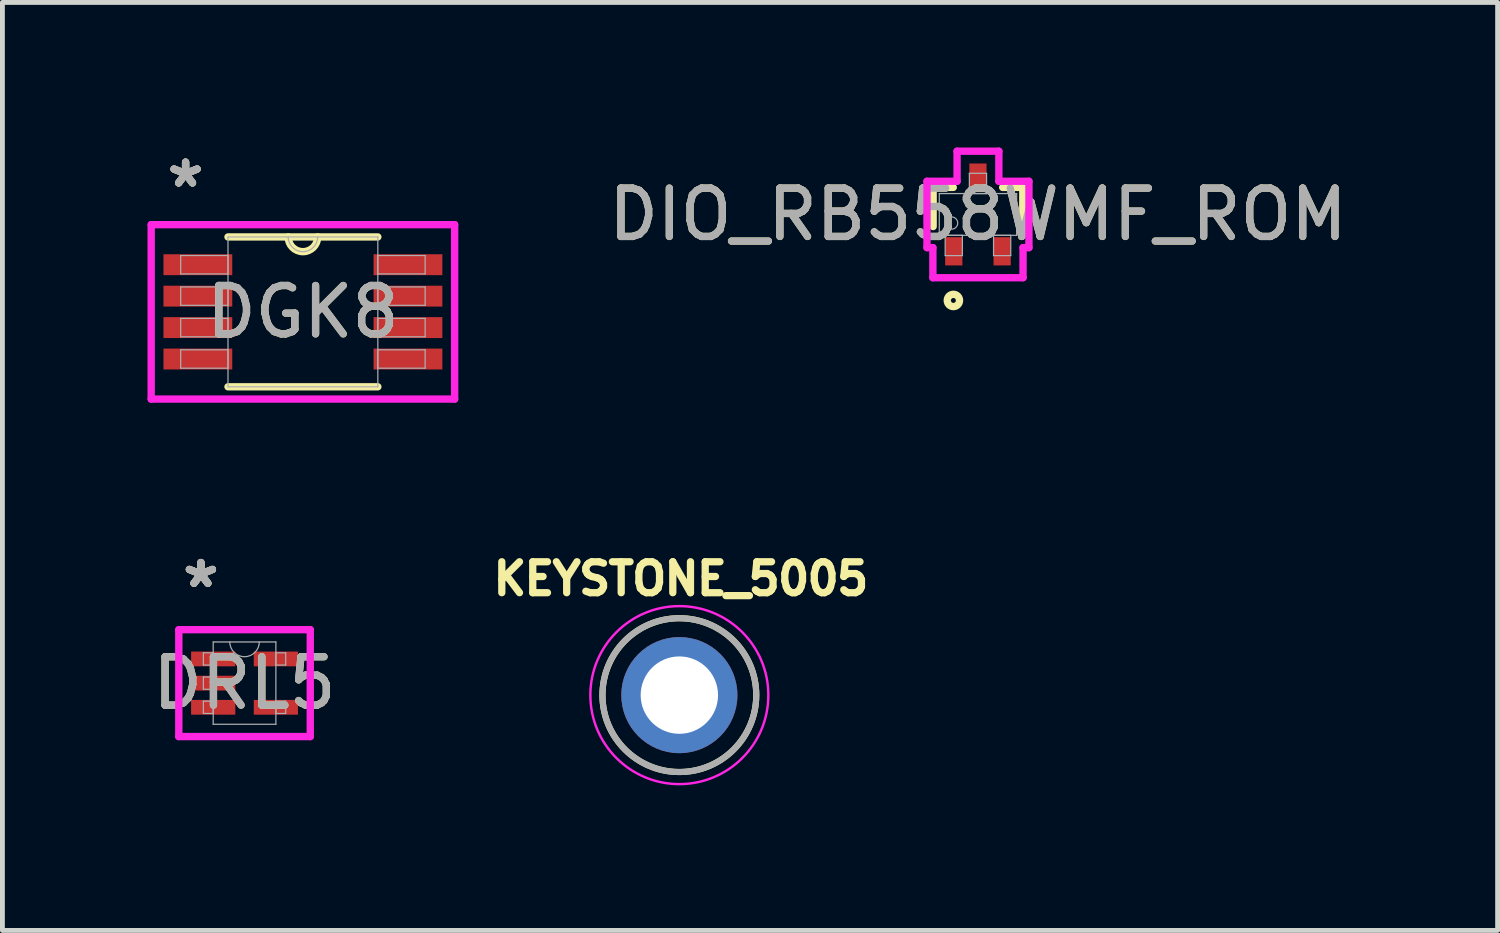
<source format=kicad_pcb>
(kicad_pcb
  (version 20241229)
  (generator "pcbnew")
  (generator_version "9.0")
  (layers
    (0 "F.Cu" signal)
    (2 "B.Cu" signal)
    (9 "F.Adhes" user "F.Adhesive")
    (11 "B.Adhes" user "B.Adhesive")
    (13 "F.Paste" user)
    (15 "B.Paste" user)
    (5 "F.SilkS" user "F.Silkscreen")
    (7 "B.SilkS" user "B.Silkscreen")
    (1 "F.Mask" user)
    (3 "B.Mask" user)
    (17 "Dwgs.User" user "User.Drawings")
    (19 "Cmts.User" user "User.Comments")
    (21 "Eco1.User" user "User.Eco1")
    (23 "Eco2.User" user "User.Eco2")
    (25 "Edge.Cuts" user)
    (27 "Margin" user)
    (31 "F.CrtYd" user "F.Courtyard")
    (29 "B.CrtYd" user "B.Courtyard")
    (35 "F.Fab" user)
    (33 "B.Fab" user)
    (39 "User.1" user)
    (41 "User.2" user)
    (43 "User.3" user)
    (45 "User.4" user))
  (footprint "DGK8"
    (layer "F.Cu")
    (at 3.213 3.398)
    (property "Reference" "DGK8" (at 0 0 0) (unlocked yes) (layer "F.SilkS") (effects (font (size 1 1) (thickness 0.15))))
    (attr smd)
    (fp_line (start -1.549 1.549) (end 1.549 1.549) (stroke (width 0.152) (type solid)) (layer "F.SilkS"))
    (fp_line (start 1.549 -1.549) (end -1.549 -1.549) (stroke (width 0.152) (type solid)) (layer "F.SilkS"))
    (fp_arc (start 0.3048 -1.5494) (mid 0 -1.2446) (end -0.3048 -1.5494) (stroke (width 0.1524) (type solid)) (layer "F.SilkS"))
    (fp_line (start -3.137 -1.803) (end 3.137 -1.803) (stroke (width 0.152) (type solid)) (layer "F.CrtYd"))
    (fp_line (start -3.137 1.803) (end -3.137 -1.803) (stroke (width 0.152) (type solid)) (layer "F.CrtYd"))
    (fp_line (start 3.137 -1.803) (end 3.137 1.803) (stroke (width 0.152) (type solid)) (layer "F.CrtYd"))
    (fp_line (start 3.137 1.803) (end -3.137 1.803) (stroke (width 0.152) (type solid)) (layer "F.CrtYd"))
    (fp_line (start -2.527 -1.165) (end -2.527 -0.784) (stroke (width 0.025) (type solid)) (layer "F.Fab"))
    (fp_line (start -2.527 -0.784) (end -1.549 -0.784) (stroke (width 0.025) (type solid)) (layer "F.Fab"))
    (fp_line (start -2.527 -0.515) (end -2.527 -0.135) (stroke (width 0.025) (type solid)) (layer "F.Fab"))
    (fp_line (start -2.527 -0.135) (end -1.549 -0.135) (stroke (width 0.025) (type solid)) (layer "F.Fab"))
    (fp_line (start -2.527 0.135) (end -2.527 0.515) (stroke (width 0.025) (type solid)) (layer "F.Fab"))
    (fp_line (start -2.527 0.515) (end -1.549 0.515) (stroke (width 0.025) (type solid)) (layer "F.Fab"))
    (fp_line (start -2.527 0.784) (end -2.527 1.165) (stroke (width 0.025) (type solid)) (layer "F.Fab"))
    (fp_line (start -2.527 1.165) (end -1.549 1.165) (stroke (width 0.025) (type solid)) (layer "F.Fab"))
    (fp_line (start -1.549 -1.549) (end -1.549 1.549) (stroke (width 0.025) (type solid)) (layer "F.Fab"))
    (fp_line (start -1.549 -1.165) (end -2.527 -1.165) (stroke (width 0.025) (type solid)) (layer "F.Fab"))
    (fp_line (start -1.549 -0.784) (end -1.549 -1.165) (stroke (width 0.025) (type solid)) (layer "F.Fab"))
    (fp_line (start -1.549 -0.515) (end -2.527 -0.515) (stroke (width 0.025) (type solid)) (layer "F.Fab"))
    (fp_line (start -1.549 -0.135) (end -1.549 -0.515) (stroke (width 0.025) (type solid)) (layer "F.Fab"))
    (fp_line (start -1.549 0.135) (end -2.527 0.135) (stroke (width 0.025) (type solid)) (layer "F.Fab"))
    (fp_line (start -1.549 0.515) (end -1.549 0.135) (stroke (width 0.025) (type solid)) (layer "F.Fab"))
    (fp_line (start -1.549 0.784) (end -2.527 0.784) (stroke (width 0.025) (type solid)) (layer "F.Fab"))
    (fp_line (start -1.549 1.165) (end -1.549 0.784) (stroke (width 0.025) (type solid)) (layer "F.Fab"))
    (fp_line (start -1.549 1.549) (end 1.549 1.549) (stroke (width 0.025) (type solid)) (layer "F.Fab"))
    (fp_line (start 1.549 -1.549) (end -1.549 -1.549) (stroke (width 0.025) (type solid)) (layer "F.Fab"))
    (fp_line (start 1.549 -1.165) (end 1.549 -0.784) (stroke (width 0.025) (type solid)) (layer "F.Fab"))
    (fp_line (start 1.549 -0.784) (end 2.527 -0.784) (stroke (width 0.025) (type solid)) (layer "F.Fab"))
    (fp_line (start 1.549 -0.515) (end 1.549 -0.135) (stroke (width 0.025) (type solid)) (layer "F.Fab"))
    (fp_line (start 1.549 -0.135) (end 2.527 -0.135) (stroke (width 0.025) (type solid)) (layer "F.Fab"))
    (fp_line (start 1.549 0.135) (end 1.549 0.515) (stroke (width 0.025) (type solid)) (layer "F.Fab"))
    (fp_line (start 1.549 0.515) (end 2.527 0.515) (stroke (width 0.025) (type solid)) (layer "F.Fab"))
    (fp_line (start 1.549 0.784) (end 1.549 1.165) (stroke (width 0.025) (type solid)) (layer "F.Fab"))
    (fp_line (start 1.549 1.165) (end 2.527 1.165) (stroke (width 0.025) (type solid)) (layer "F.Fab"))
    (fp_line (start 1.549 1.549) (end 1.549 -1.549) (stroke (width 0.025) (type solid)) (layer "F.Fab"))
    (fp_line (start 2.527 -1.165) (end 1.549 -1.165) (stroke (width 0.025) (type solid)) (layer "F.Fab"))
    (fp_line (start 2.527 -0.784) (end 2.527 -1.165) (stroke (width 0.025) (type solid)) (layer "F.Fab"))
    (fp_line (start 2.527 -0.515) (end 1.549 -0.515) (stroke (width 0.025) (type solid)) (layer "F.Fab"))
    (fp_line (start 2.527 -0.135) (end 2.527 -0.515) (stroke (width 0.025) (type solid)) (layer "F.Fab"))
    (fp_line (start 2.527 0.135) (end 1.549 0.135) (stroke (width 0.025) (type solid)) (layer "F.Fab"))
    (fp_line (start 2.527 0.515) (end 2.527 0.135) (stroke (width 0.025) (type solid)) (layer "F.Fab"))
    (fp_line (start 2.527 0.784) (end 1.549 0.784) (stroke (width 0.025) (type solid)) (layer "F.Fab"))
    (fp_line (start 2.527 1.165) (end 2.527 0.784) (stroke (width 0.025) (type solid)) (layer "F.Fab"))
    (fp_arc (start 0.3048 -1.5494) (mid 0 -1.2446) (end -0.3048 -1.5494) (stroke (width 0.0254) (type solid)) (layer "F.Fab"))
    (fp_text user "*" (at -2.426 -2.55 0) (unlocked yes) (layer "F.SilkS") (effects (font (size 1 1) (thickness 0.15))))
    (fp_text user "*" (at -2.426 -2.55 0) (layer "F.SilkS") (effects (font (size 1 1) (thickness 0.15))))
    (fp_text user "*" (at -2.426 -2.55 0) (unlocked yes) (layer "F.Fab") (effects (font (size 1 1) (thickness 0.15))))
    (fp_text user "${REFERENCE}" (at 0 0 0) (unlocked yes) (layer "F.Fab") (effects (font (size 1 1) (thickness 0.15))))
    (fp_text user "*" (at -2.426 -2.55 0) (layer "F.Fab") (effects (font (size 1 1) (thickness 0.15))))
    (pad "1" smd rect (at -2.172 -0.975) (size 1.422 0.432) (layers "F.Cu" "F.Mask" "F.Paste"))
    (pad "2" smd rect (at -2.172 -0.325) (size 1.422 0.432) (layers "F.Cu" "F.Mask" "F.Paste"))
    (pad "3" smd rect (at -2.172 0.325) (size 1.422 0.432) (layers "F.Cu" "F.Mask" "F.Paste"))
    (pad "4" smd rect (at -2.172 0.975) (size 1.422 0.432) (layers "F.Cu" "F.Mask" "F.Paste"))
    (pad "5" smd rect (at 2.172 0.975) (size 1.422 0.432) (layers "F.Cu" "F.Mask" "F.Paste"))
    (pad "6" smd rect (at 2.172 0.325) (size 1.422 0.432) (layers "F.Cu" "F.Mask" "F.Paste"))
    (pad "7" smd rect (at 2.172 -0.325) (size 1.422 0.432) (layers "F.Cu" "F.Mask" "F.Paste"))
    (pad "8" smd rect (at 2.172 -0.975) (size 1.422 0.432) (layers "F.Cu" "F.Mask" "F.Paste")))
  (footprint "DIO_RB558WMF_ROM"
    (layer "F.Cu")
    (at 17.17 1.384)
    (property "Reference" "DIO_RB558WMF_ROM" (at 0 0 0) (unlocked yes) (layer "F.SilkS") (effects (font (size 1 1) (thickness 0.15))))
    (attr smd)
    (fp_line (start -0.927 -0.559) (end -0.927 0.25) (stroke (width 0.152) (type solid)) (layer "F.SilkS"))
    (fp_line (start -0.511 -0.559) (end -0.927 -0.559) (stroke (width 0.152) (type solid)) (layer "F.SilkS"))
    (fp_line (start 0.927 -0.559) (end 0.511 -0.559) (stroke (width 0.152) (type solid)) (layer "F.SilkS"))
    (fp_line (start 0.927 0.25) (end 0.927 -0.559) (stroke (width 0.152) (type solid)) (layer "F.SilkS"))
    (fp_circle (center -0.508 1.778) (end -0.381 1.778) (stroke (width 0.152) (type solid)) (fill no) (layer "F.SilkS"))
    (fp_line (start -1.054 -0.686) (end -0.432 -0.686) (stroke (width 0.152) (type solid)) (layer "F.CrtYd"))
    (fp_line (start -1.054 0.686) (end -1.054 -0.686) (stroke (width 0.152) (type solid)) (layer "F.CrtYd"))
    (fp_line (start -1.054 0.686) (end -0.932 0.686) (stroke (width 0.152) (type solid)) (layer "F.CrtYd"))
    (fp_line (start -0.932 0.686) (end -0.932 1.308) (stroke (width 0.152) (type solid)) (layer "F.CrtYd"))
    (fp_line (start -0.932 1.308) (end 0.932 1.308) (stroke (width 0.152) (type solid)) (layer "F.CrtYd"))
    (fp_line (start -0.432 -1.308) (end 0.432 -1.308) (stroke (width 0.152) (type solid)) (layer "F.CrtYd"))
    (fp_line (start -0.432 -0.686) (end -0.432 -1.308) (stroke (width 0.152) (type solid)) (layer "F.CrtYd"))
    (fp_line (start 0.432 -0.686) (end 0.432 -1.308) (stroke (width 0.152) (type solid)) (layer "F.CrtYd"))
    (fp_line (start 0.932 0.686) (end 0.932 1.308) (stroke (width 0.152) (type solid)) (layer "F.CrtYd"))
    (fp_line (start 1.054 -0.686) (end 0.432 -0.686) (stroke (width 0.152) (type solid)) (layer "F.CrtYd"))
    (fp_line (start 1.054 -0.686) (end 1.054 0.686) (stroke (width 0.152) (type solid)) (layer "F.CrtYd"))
    (fp_line (start 1.054 0.686) (end 0.932 0.686) (stroke (width 0.152) (type solid)) (layer "F.CrtYd"))
    (fp_line (start -0.8 -0.432) (end -0.8 0.432) (stroke (width 0.025) (type solid)) (layer "F.Fab"))
    (fp_line (start -0.8 0.432) (end 0.8 0.432) (stroke (width 0.025) (type solid)) (layer "F.Fab"))
    (fp_line (start -0.678 0.432) (end -0.678 0.851) (stroke (width 0.025) (type solid)) (layer "F.Fab"))
    (fp_line (start -0.678 0.851) (end -0.322 0.851) (stroke (width 0.025) (type solid)) (layer "F.Fab"))
    (fp_line (start -0.322 0.432) (end -0.678 0.432) (stroke (width 0.025) (type solid)) (layer "F.Fab"))
    (fp_line (start -0.322 0.851) (end -0.322 0.432) (stroke (width 0.025) (type solid)) (layer "F.Fab"))
    (fp_line (start -0.178 -0.851) (end -0.178 -0.432) (stroke (width 0.025) (type solid)) (layer "F.Fab"))
    (fp_line (start -0.178 -0.432) (end 0.178 -0.432) (stroke (width 0.025) (type solid)) (layer "F.Fab"))
    (fp_line (start 0.178 -0.851) (end -0.178 -0.851) (stroke (width 0.025) (type solid)) (layer "F.Fab"))
    (fp_line (start 0.178 -0.432) (end 0.178 -0.851) (stroke (width 0.025) (type solid)) (layer "F.Fab"))
    (fp_line (start 0.322 0.432) (end 0.322 0.851) (stroke (width 0.025) (type solid)) (layer "F.Fab"))
    (fp_line (start 0.322 0.851) (end 0.678 0.851) (stroke (width 0.025) (type solid)) (layer "F.Fab"))
    (fp_line (start 0.678 0.432) (end 0.322 0.432) (stroke (width 0.025) (type solid)) (layer "F.Fab"))
    (fp_line (start 0.678 0.851) (end 0.678 0.432) (stroke (width 0.025) (type solid)) (layer "F.Fab"))
    (fp_line (start 0.8 -0.432) (end -0.8 -0.432) (stroke (width 0.025) (type solid)) (layer "F.Fab"))
    (fp_line (start 0.8 0.432) (end 0.8 -0.432) (stroke (width 0.025) (type solid)) (layer "F.Fab"))
    (fp_circle (center -0.546 0.178) (end -0.419 0.178) (stroke (width 0.025) (type solid)) (fill no) (layer "F.Fab"))
    (fp_text user "${REFERENCE}" (at 0 0 0) (unlocked yes) (layer "F.Fab") (effects (font (size 1 1) (thickness 0.15))))
    (pad "1" smd rect (at -0.5 0.762) (size 0.356 0.584) (layers "F.Cu" "F.Mask" "F.Paste"))
    (pad "2" smd rect (at 0.5 0.762) (size 0.356 0.584) (layers "F.Cu" "F.Mask" "F.Paste"))
    (pad "3" smd rect (at 0 -0.762) (size 0.356 0.584) (layers "F.Cu" "F.Mask" "F.Paste")))
  (footprint "KEYSTONE_5005"
    (layer "F.Cu")
    (at 10.996 11.322)
    (property "Reference" "KEYSTONE_5005" (at 0.032 -2.406 0) (layer "F.SilkS") (effects (font (size 0.64 0.64) (thickness 0.15))))
    (attr through_hole)
    (fp_circle (center 0 0) (end 1.59 0) (stroke (width 0.127) (type solid)) (fill no) (layer "F.SilkS"))
    (fp_circle (center 0 0) (end 1.84 0) (stroke (width 0.05) (type solid)) (fill no) (layer "F.CrtYd"))
    (fp_circle (center 0 0) (end 1.59 0) (stroke (width 0.127) (type solid)) (fill no) (layer "F.Fab"))
    (pad "TP" thru_hole circle (at 0 0) (size 2.4 2.4) (drill 1.6) (layers "*.Cu" "*.Mask")))
  (footprint "DRL5"
    (layer "F.Cu")
    (at 2.006 11.074)
    (property "Reference" "DRL5" (at 0 0 0) (unlocked yes) (layer "F.SilkS") (effects (font (size 1 1) (thickness 0.15))))
    (attr smd)
    (fp_line (start -1.359 -1.105) (end 1.359 -1.105) (stroke (width 0.152) (type solid)) (layer "F.CrtYd"))
    (fp_line (start -1.359 1.105) (end -1.359 -1.105) (stroke (width 0.152) (type solid)) (layer "F.CrtYd"))
    (fp_line (start 1.359 -1.105) (end 1.359 1.105) (stroke (width 0.152) (type solid)) (layer "F.CrtYd"))
    (fp_line (start 1.359 1.105) (end -1.359 1.105) (stroke (width 0.152) (type solid)) (layer "F.CrtYd"))
    (fp_line (start -0.851 -0.627) (end -0.851 -0.373) (stroke (width 0.025) (type solid)) (layer "F.Fab"))
    (fp_line (start -0.851 -0.373) (end -0.648 -0.373) (stroke (width 0.025) (type solid)) (layer "F.Fab"))
    (fp_line (start -0.851 -0.127) (end -0.851 0.127) (stroke (width 0.025) (type solid)) (layer "F.Fab"))
    (fp_line (start -0.851 0.127) (end -0.648 0.127) (stroke (width 0.025) (type solid)) (layer "F.Fab"))
    (fp_line (start -0.851 0.373) (end -0.851 0.627) (stroke (width 0.025) (type solid)) (layer "F.Fab"))
    (fp_line (start -0.851 0.627) (end -0.648 0.627) (stroke (width 0.025) (type solid)) (layer "F.Fab"))
    (fp_line (start -0.648 -0.851) (end -0.648 0.851) (stroke (width 0.025) (type solid)) (layer "F.Fab"))
    (fp_line (start -0.648 -0.627) (end -0.851 -0.627) (stroke (width 0.025) (type solid)) (layer "F.Fab"))
    (fp_line (start -0.648 -0.373) (end -0.648 -0.627) (stroke (width 0.025) (type solid)) (layer "F.Fab"))
    (fp_line (start -0.648 -0.127) (end -0.851 -0.127) (stroke (width 0.025) (type solid)) (layer "F.Fab"))
    (fp_line (start -0.648 0.127) (end -0.648 -0.127) (stroke (width 0.025) (type solid)) (layer "F.Fab"))
    (fp_line (start -0.648 0.373) (end -0.851 0.373) (stroke (width 0.025) (type solid)) (layer "F.Fab"))
    (fp_line (start -0.648 0.627) (end -0.648 0.373) (stroke (width 0.025) (type solid)) (layer "F.Fab"))
    (fp_line (start -0.648 0.851) (end 0.648 0.851) (stroke (width 0.025) (type solid)) (layer "F.Fab"))
    (fp_line (start 0.648 -0.851) (end -0.648 -0.851) (stroke (width 0.025) (type solid)) (layer "F.Fab"))
    (fp_line (start 0.648 -0.627) (end 0.648 -0.373) (stroke (width 0.025) (type solid)) (layer "F.Fab"))
    (fp_line (start 0.648 -0.373) (end 0.851 -0.373) (stroke (width 0.025) (type solid)) (layer "F.Fab"))
    (fp_line (start 0.648 0.373) (end 0.648 0.627) (stroke (width 0.025) (type solid)) (layer "F.Fab"))
    (fp_line (start 0.648 0.627) (end 0.851 0.627) (stroke (width 0.025) (type solid)) (layer "F.Fab"))
    (fp_line (start 0.648 0.851) (end 0.648 -0.851) (stroke (width 0.025) (type solid)) (layer "F.Fab"))
    (fp_line (start 0.851 -0.627) (end 0.648 -0.627) (stroke (width 0.025) (type solid)) (layer "F.Fab"))
    (fp_line (start 0.851 -0.373) (end 0.851 -0.627) (stroke (width 0.025) (type solid)) (layer "F.Fab"))
    (fp_line (start 0.851 0.373) (end 0.648 0.373) (stroke (width 0.025) (type solid)) (layer "F.Fab"))
    (fp_line (start 0.851 0.627) (end 0.851 0.373) (stroke (width 0.025) (type solid)) (layer "F.Fab"))
    (fp_arc (start 0.3048 -0.8509) (mid 0 -0.5461) (end -0.3048 -0.8509) (stroke (width 0.0254) (type solid)) (layer "F.Fab"))
    (fp_text user "*" (at -0.902 -1.948 0) (unlocked yes) (layer "F.SilkS") (effects (font (size 1 1) (thickness 0.15))))
    (fp_text user "*" (at -0.902 -1.948 0) (layer "F.SilkS") (effects (font (size 1 1) (thickness 0.15))))
    (fp_text user "${REFERENCE}" (at 0 0 0) (unlocked yes) (layer "F.Fab") (effects (font (size 1 1) (thickness 0.15))))
    (fp_text user "*" (at -0.902 -1.948 0) (unlocked yes) (layer "F.Fab") (effects (font (size 1 1) (thickness 0.15))))
    (fp_text user "*" (at -0.902 -1.948 0) (layer "F.Fab") (effects (font (size 1 1) (thickness 0.15))))
    (pad "1" smd rect (at -0.648 -0.5) (size 0.914 0.305) (layers "F.Cu" "F.Mask" "F.Paste"))
    (pad "2" smd rect (at -0.648 0) (size 0.914 0.305) (layers "F.Cu" "F.Mask" "F.Paste"))
    (pad "3" smd rect (at -0.648 0.5) (size 0.914 0.305) (layers "F.Cu" "F.Mask" "F.Paste"))
    (pad "4" smd rect (at 0.648 0.5) (size 0.914 0.305) (layers "F.Cu" "F.Mask" "F.Paste"))
    (pad "5" smd rect (at 0.648 -0.5) (size 0.914 0.305) (layers "F.Cu" "F.Mask" "F.Paste")))
  (gr_rect
    (start -3 -3)
    (end 27.914 16.187)
    (stroke (width 0.1) (type default))
    (fill no)
    (layer "Edge.Cuts")))
</source>
